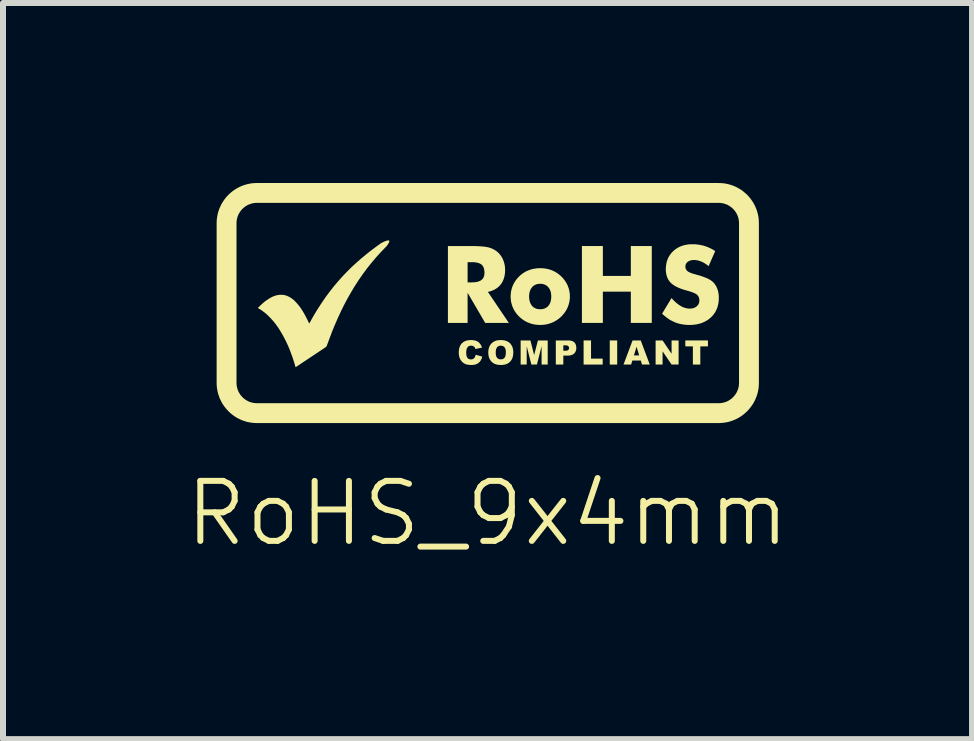
<source format=kicad_pcb>
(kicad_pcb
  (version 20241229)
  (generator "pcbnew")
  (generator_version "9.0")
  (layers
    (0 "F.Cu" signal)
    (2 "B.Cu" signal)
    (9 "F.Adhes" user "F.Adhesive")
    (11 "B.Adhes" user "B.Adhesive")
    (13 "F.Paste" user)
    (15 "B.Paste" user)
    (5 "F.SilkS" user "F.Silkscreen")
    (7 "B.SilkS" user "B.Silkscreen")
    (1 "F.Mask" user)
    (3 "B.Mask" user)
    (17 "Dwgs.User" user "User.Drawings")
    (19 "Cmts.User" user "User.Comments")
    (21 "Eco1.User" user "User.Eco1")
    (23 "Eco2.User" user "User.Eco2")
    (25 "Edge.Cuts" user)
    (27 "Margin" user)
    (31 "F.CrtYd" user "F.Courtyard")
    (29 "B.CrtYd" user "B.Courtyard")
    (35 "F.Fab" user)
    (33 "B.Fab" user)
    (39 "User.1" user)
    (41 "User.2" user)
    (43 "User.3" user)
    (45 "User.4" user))
  (footprint "RoHS_9x4mm"
    (layer "F.Cu")
    (at 5.074 6.006)
    (property "Reference" "RoHS_9x4mm" (at 0 -0.5 0) (unlocked yes) (layer "F.SilkS") (effects (font (size 1 1) (thickness 0.1))))
    (attr smd)
    (fp_poly (pts (xy 2.161 -2.981) (xy 2.037 -2.981) (xy 2.037 -3.383) (xy 2.161 -3.383)) (stroke (width 0) (type solid)) (fill yes) (layer "F.SilkS"))
    (fp_poly (pts (xy 1.725 -3.08) (xy 1.919 -3.08) (xy 1.919 -2.981) (xy 1.601 -2.981) (xy 1.601 -3.383) (xy 1.725 -3.383)) (stroke (width 0) (type solid)) (fill yes) (layer "F.SilkS"))
    (fp_poly (pts (xy 3.673 -3.284) (xy 3.546 -3.284) (xy 3.546 -2.981) (xy 3.422 -2.981) (xy 3.422 -3.284) (xy 3.296 -3.284) (xy 3.296 -3.383) (xy 3.673 -3.383)) (stroke (width 0) (type solid)) (fill yes) (layer "F.SilkS"))
    (fp_poly (pts (xy 3.067 -3.161) (xy 3.067 -3.383) (xy 3.184 -3.383) (xy 3.184 -2.981) (xy 3.067 -2.981) (xy 2.917 -3.202) (xy 2.917 -2.981) (xy 2.801 -2.981) (xy 2.801 -3.383) (xy 2.917 -3.383)) (stroke (width 0) (type solid)) (fill yes) (layer "F.SilkS"))
    (fp_poly (pts (xy 1.922 -4.458) (xy 2.388 -4.458) (xy 2.388 -4.956) (xy 2.737 -4.956) (xy 2.737 -3.675) (xy 2.388 -3.675) (xy 2.388 -4.196) (xy 1.922 -4.196) (xy 1.922 -3.675) (xy 1.573 -3.675) (xy 1.573 -4.956) (xy 1.922 -4.956)) (stroke (width 0) (type solid)) (fill yes) (layer "F.SilkS"))
    (fp_poly (pts (xy 0.777 -3.139) (xy 0.84 -3.383) (xy 1.003 -3.383) (xy 1.003 -2.981) (xy 0.901 -2.981) (xy 0.901 -3.287) (xy 0.823 -2.981) (xy 0.731 -2.981) (xy 0.653 -3.287) (xy 0.653 -2.981) (xy 0.552 -2.981) (xy 0.552 -3.383) (xy 0.715 -3.383)) (stroke (width 0) (type solid)) (fill yes) (layer "F.SilkS"))
    (fp_poly (pts (xy 2.704 -2.981) (xy 2.574 -2.981) (xy 2.554 -3.048) (xy 2.413 -3.048) (xy 2.393 -2.981) (xy 2.266 -2.981) (xy 2.324 -3.134) (xy 2.44 -3.134) (xy 2.527 -3.134) (xy 2.484 -3.279) (xy 2.44 -3.134) (xy 2.324 -3.134) (xy 2.417 -3.383) (xy 2.553 -3.383)) (stroke (width 0) (type solid)) (fill yes) (layer "F.SilkS"))
    (fp_poly (pts (xy 1.353 -3.383) (xy 1.361 -3.382) (xy 1.369 -3.382) (xy 1.376 -3.381) (xy 1.383 -3.38) (xy 1.39 -3.378) (xy 1.397 -3.377) (xy 1.403 -3.375) (xy 1.41 -3.373) (xy 1.416 -3.37) (xy 1.421 -3.368) (xy 1.427 -3.365) (xy 1.432 -3.362) (xy 1.437 -3.358) (xy 1.441 -3.355) (xy 1.446 -3.351) (xy 1.45 -3.347) (xy 1.453 -3.342) (xy 1.457 -3.338) (xy 1.46 -3.333) (xy 1.463 -3.328) (xy 1.466 -3.323) (xy 1.468 -3.318) (xy 1.471 -3.312) (xy 1.473 -3.306) (xy 1.474 -3.3) (xy 1.476 -3.294) (xy 1.477 -3.287) (xy 1.478 -3.281) (xy 1.479 -3.274) (xy 1.479 -3.267) (xy 1.479 -3.259) (xy 1.479 -3.252) (xy 1.479 -3.245) (xy 1.478 -3.238) (xy 1.477 -3.231) (xy 1.476 -3.224) (xy 1.474 -3.218) (xy 1.472 -3.211) (xy 1.47 -3.205) (xy 1.467 -3.199) (xy 1.465 -3.194) (xy 1.462 -3.188) (xy 1.458 -3.183) (xy 1.455 -3.178) (xy 1.451 -3.173) (xy 1.447 -3.169) (xy 1.442 -3.164) (xy 1.438 -3.16) (xy 1.433 -3.156) (xy 1.427 -3.153) (xy 1.422 -3.149) (xy 1.416 -3.146) (xy 1.41 -3.143) (xy 1.403 -3.141) (xy 1.396 -3.139) (xy 1.389 -3.137) (xy 1.382 -3.135) (xy 1.374 -3.133) (xy 1.366 -3.132) (xy 1.358 -3.131) (xy 1.349 -3.131) (xy 1.34 -3.13) (xy 1.331 -3.13) (xy 1.263 -3.13) (xy 1.263 -2.981) (xy 1.138 -2.981) (xy 1.138 -3.211) (xy 1.263 -3.211) (xy 1.293 -3.211) (xy 1.298 -3.211) (xy 1.302 -3.211) (xy 1.306 -3.212) (xy 1.31 -3.212) (xy 1.314 -3.213) (xy 1.317 -3.213) (xy 1.321 -3.214) (xy 1.324 -3.214) (xy 1.327 -3.215) (xy 1.33 -3.216) (xy 1.333 -3.217) (xy 1.335 -3.218) (xy 1.338 -3.22) (xy 1.34 -3.221) (xy 1.342 -3.222) (xy 1.344 -3.224) (xy 1.346 -3.225) (xy 1.347 -3.227) (xy 1.349 -3.229) (xy 1.35 -3.23) (xy 1.352 -3.232) (xy 1.353 -3.234) (xy 1.354 -3.236) (xy 1.355 -3.238) (xy 1.356 -3.24) (xy 1.357 -3.242) (xy 1.357 -3.244) (xy 1.358 -3.246) (xy 1.358 -3.249) (xy 1.358 -3.251) (xy 1.359 -3.253) (xy 1.359 -3.256) (xy 1.359 -3.258) (xy 1.358 -3.26) (xy 1.358 -3.263) (xy 1.358 -3.265) (xy 1.357 -3.267) (xy 1.357 -3.269) (xy 1.356 -3.271) (xy 1.355 -3.273) (xy 1.355 -3.275) (xy 1.354 -3.277) (xy 1.353 -3.279) (xy 1.351 -3.281) (xy 1.35 -3.283) (xy 1.349 -3.284) (xy 1.347 -3.286) (xy 1.346 -3.288) (xy 1.345 -3.289) (xy 1.344 -3.289) (xy 1.342 -3.291) (xy 1.34 -3.292) (xy 1.338 -3.294) (xy 1.336 -3.295) (xy 1.333 -3.296) (xy 1.331 -3.297) (xy 1.328 -3.298) (xy 1.325 -3.298) (xy 1.321 -3.299) (xy 1.318 -3.3) (xy 1.314 -3.3) (xy 1.311 -3.3) (xy 1.307 -3.301) (xy 1.302 -3.301) (xy 1.298 -3.301) (xy 1.263 -3.301) (xy 1.263 -3.211) (xy 1.138 -3.211) (xy 1.138 -3.383) (xy 1.345 -3.383)) (stroke (width 0) (type solid)) (fill yes) (layer "F.SilkS"))
    (fp_poly (pts (xy -0.243 -4.956) (xy -0.196 -4.955) (xy -0.152 -4.953) (xy -0.113 -4.951) (xy -0.078 -4.948) (xy -0.047 -4.945) (xy -0.019 -4.941) (xy 0.004 -4.936) (xy 0.014 -4.934) (xy 0.024 -4.931) (xy 0.035 -4.928) (xy 0.044 -4.925) (xy 0.054 -4.921) (xy 0.064 -4.918) (xy 0.073 -4.914) (xy 0.082 -4.91) (xy 0.091 -4.906) (xy 0.1 -4.901) (xy 0.109 -4.896) (xy 0.117 -4.892) (xy 0.126 -4.887) (xy 0.134 -4.881) (xy 0.142 -4.876) (xy 0.149 -4.87) (xy 0.158 -4.864) (xy 0.166 -4.857) (xy 0.174 -4.85) (xy 0.182 -4.842) (xy 0.189 -4.835) (xy 0.197 -4.827) (xy 0.204 -4.819) (xy 0.21 -4.81) (xy 0.217 -4.802) (xy 0.223 -4.793) (xy 0.229 -4.784) (xy 0.235 -4.775) (xy 0.241 -4.766) (xy 0.246 -4.756) (xy 0.251 -4.746) (xy 0.256 -4.736) (xy 0.26 -4.726) (xy 0.264 -4.716) (xy 0.268 -4.705) (xy 0.272 -4.695) (xy 0.275 -4.684) (xy 0.278 -4.673) (xy 0.281 -4.662) (xy 0.283 -4.651) (xy 0.286 -4.64) (xy 0.288 -4.628) (xy 0.289 -4.617) (xy 0.29 -4.605) (xy 0.291 -4.593) (xy 0.292 -4.581) (xy 0.293 -4.569) (xy 0.293 -4.557) (xy 0.292 -4.539) (xy 0.292 -4.521) (xy 0.29 -4.503) (xy 0.288 -4.486) (xy 0.286 -4.47) (xy 0.282 -4.453) (xy 0.279 -4.438) (xy 0.274 -4.422) (xy 0.269 -4.407) (xy 0.264 -4.393) (xy 0.258 -4.379) (xy 0.251 -4.365) (xy 0.244 -4.352) (xy 0.237 -4.339) (xy 0.228 -4.327) (xy 0.219 -4.315) (xy 0.21 -4.304) (xy 0.2 -4.293) (xy 0.19 -4.283) (xy 0.179 -4.273) (xy 0.167 -4.263) (xy 0.155 -4.254) (xy 0.143 -4.246) (xy 0.129 -4.238) (xy 0.116 -4.23) (xy 0.102 -4.223) (xy 0.087 -4.217) (xy 0.072 -4.211) (xy 0.056 -4.205) (xy 0.04 -4.2) (xy 0.023 -4.196) (xy 0.006 -4.192) (xy 0.355 -3.675) (xy -0.039 -3.675) (xy -0.332 -4.177) (xy -0.332 -3.675) (xy -0.66 -3.675) (xy -0.66 -4.687) (xy -0.332 -4.687) (xy -0.332 -4.35) (xy -0.268 -4.35) (xy -0.254 -4.351) (xy -0.241 -4.351) (xy -0.228 -4.352) (xy -0.215 -4.353) (xy -0.203 -4.354) (xy -0.192 -4.356) (xy -0.181 -4.358) (xy -0.17 -4.36) (xy -0.16 -4.363) (xy -0.151 -4.366) (xy -0.142 -4.369) (xy -0.133 -4.372) (xy -0.125 -4.376) (xy -0.117 -4.38) (xy -0.11 -4.384) (xy -0.103 -4.389) (xy -0.097 -4.394) (xy -0.094 -4.397) (xy -0.091 -4.399) (xy -0.088 -4.402) (xy -0.085 -4.405) (xy -0.083 -4.408) (xy -0.08 -4.411) (xy -0.078 -4.414) (xy -0.076 -4.417) (xy -0.072 -4.424) (xy -0.068 -4.431) (xy -0.064 -4.438) (xy -0.061 -4.446) (xy -0.059 -4.454) (xy -0.056 -4.463) (xy -0.054 -4.471) (xy -0.053 -4.48) (xy -0.052 -4.49) (xy -0.051 -4.499) (xy -0.051 -4.51) (xy -0.051 -4.521) (xy -0.052 -4.533) (xy -0.053 -4.544) (xy -0.054 -4.554) (xy -0.056 -4.564) (xy -0.058 -4.574) (xy -0.06 -4.583) (xy -0.063 -4.592) (xy -0.067 -4.6) (xy -0.07 -4.608) (xy -0.074 -4.616) (xy -0.078 -4.623) (xy -0.083 -4.629) (xy -0.088 -4.636) (xy -0.094 -4.641) (xy -0.1 -4.647) (xy -0.106 -4.652) (xy -0.113 -4.656) (xy -0.12 -4.66) (xy -0.128 -4.664) (xy -0.136 -4.668) (xy -0.145 -4.671) (xy -0.155 -4.674) (xy -0.165 -4.677) (xy -0.175 -4.679) (xy -0.186 -4.682) (xy -0.197 -4.683) (xy -0.209 -4.685) (xy -0.222 -4.686) (xy -0.235 -4.687) (xy -0.249 -4.687) (xy -0.263 -4.687) (xy -0.332 -4.687) (xy -0.66 -4.687) (xy -0.66 -4.956) (xy -0.295 -4.956)) (stroke (width 0) (type solid)) (fill yes) (layer "F.SilkS"))
    (fp_poly (pts (xy -1.65 -5.05) (xy -1.646 -5.049) (xy -1.643 -5.048) (xy -1.64 -5.046) (xy -1.638 -5.043) (xy -1.637 -5.041) (xy -1.637 -5.037) (xy -1.637 -5.033) (xy -1.637 -5.029) (xy -1.639 -5.024) (xy -1.64 -5.019) (xy -1.643 -5.014) (xy -1.645 -5.009) (xy -1.652 -4.997) (xy -1.66 -4.984) (xy -1.669 -4.971) (xy -1.679 -4.957) (xy -1.767 -4.866) (xy -1.851 -4.774) (xy -1.931 -4.68) (xy -2.007 -4.585) (xy -2.079 -4.487) (xy -2.148 -4.388) (xy -2.213 -4.287) (xy -2.275 -4.184) (xy -2.334 -4.08) (xy -2.391 -3.973) (xy -2.444 -3.865) (xy -2.495 -3.755) (xy -2.544 -3.642) (xy -2.591 -3.528) (xy -2.679 -3.293) (xy -2.681 -3.29) (xy -2.682 -3.288) (xy -2.683 -3.285) (xy -2.684 -3.284) (xy -2.684 -3.282) (xy -2.685 -3.281) (xy -2.686 -3.279) (xy -2.687 -3.278) (xy -2.688 -3.277) (xy -2.69 -3.276) (xy -2.691 -3.275) (xy -2.693 -3.274) (xy -2.701 -3.268) (xy -3.195 -2.939) (xy -3.196 -2.938) (xy -3.197 -2.938) (xy -3.197 -2.938) (xy -3.198 -2.937) (xy -3.198 -2.937) (xy -3.198 -2.937) (xy -3.198 -2.937) (xy -3.198 -2.937) (xy -3.198 -2.937) (xy -3.199 -2.937) (xy -3.199 -2.937) (xy -3.199 -2.937) (xy -3.199 -2.937) (xy -3.199 -2.937) (xy -3.199 -2.937) (xy -3.199 -2.938) (xy -3.199 -2.938) (xy -3.199 -2.938) (xy -3.199 -2.938) (xy -3.2 -2.939) (xy -3.2 -2.939) (xy -3.2 -2.941) (xy -3.222 -3.016) (xy -3.246 -3.092) (xy -3.273 -3.166) (xy -3.301 -3.24) (xy -3.332 -3.312) (xy -3.366 -3.383) (xy -3.401 -3.451) (xy -3.439 -3.517) (xy -3.478 -3.581) (xy -3.52 -3.641) (xy -3.564 -3.698) (xy -3.611 -3.75) (xy -3.659 -3.799) (xy -3.684 -3.822) (xy -3.709 -3.843) (xy -3.735 -3.863) (xy -3.761 -3.882) (xy -3.788 -3.9) (xy -3.815 -3.916) (xy -3.819 -3.918) (xy -3.82 -3.919) (xy -3.822 -3.92) (xy -3.822 -3.921) (xy -3.823 -3.921) (xy -3.823 -3.922) (xy -3.824 -3.922) (xy -3.824 -3.922) (xy -3.824 -3.923) (xy -3.824 -3.923) (xy -3.825 -3.923) (xy -3.825 -3.924) (xy -3.825 -3.924) (xy -3.825 -3.925) (xy -3.825 -3.925) (xy -3.824 -3.926) (xy -3.824 -3.926) (xy -3.824 -3.927) (xy -3.824 -3.927) (xy -3.823 -3.928) (xy -3.823 -3.929) (xy -3.822 -3.929) (xy -3.822 -3.93) (xy -3.82 -3.932) (xy -3.818 -3.933) (xy -3.789 -3.962) (xy -3.76 -3.989) (xy -3.732 -4.014) (xy -3.704 -4.037) (xy -3.675 -4.057) (xy -3.647 -4.076) (xy -3.62 -4.092) (xy -3.592 -4.107) (xy -3.565 -4.119) (xy -3.538 -4.129) (xy -3.511 -4.136) (xy -3.484 -4.141) (xy -3.457 -4.144) (xy -3.431 -4.144) (xy -3.404 -4.142) (xy -3.378 -4.137) (xy -3.352 -4.13) (xy -3.326 -4.119) (xy -3.3 -4.107) (xy -3.275 -4.091) (xy -3.249 -4.073) (xy -3.224 -4.052) (xy -3.199 -4.027) (xy -3.174 -4) (xy -3.149 -3.97) (xy -3.124 -3.938) (xy -3.099 -3.901) (xy -3.074 -3.862) (xy -3.05 -3.82) (xy -3.025 -3.774) (xy -3.001 -3.726) (xy -2.976 -3.674) (xy -2.976 -3.674) (xy -2.975 -3.672) (xy -2.975 -3.671) (xy -2.974 -3.67) (xy -2.974 -3.67) (xy -2.974 -3.669) (xy -2.973 -3.669) (xy -2.973 -3.669) (xy -2.973 -3.668) (xy -2.972 -3.668) (xy -2.972 -3.668) (xy -2.972 -3.668) (xy -2.971 -3.668) (xy -2.971 -3.667) (xy -2.971 -3.667) (xy -2.971 -3.668) (xy -2.97 -3.668) (xy -2.97 -3.668) (xy -2.97 -3.668) (xy -2.969 -3.668) (xy -2.969 -3.669) (xy -2.969 -3.669) (xy -2.968 -3.669) (xy -2.968 -3.67) (xy -2.968 -3.67) (xy -2.967 -3.671) (xy -2.966 -3.673) (xy -2.965 -3.674) (xy -2.902 -3.788) (xy -2.837 -3.896) (xy -2.77 -3.999) (xy -2.703 -4.098) (xy -2.633 -4.192) (xy -2.563 -4.282) (xy -2.49 -4.368) (xy -2.417 -4.45) (xy -2.341 -4.529) (xy -2.265 -4.605) (xy -2.187 -4.677) (xy -2.107 -4.747) (xy -2.026 -4.814) (xy -1.943 -4.88) (xy -1.859 -4.943) (xy -1.774 -5.004) (xy -1.742 -5.02) (xy -1.728 -5.027) (xy -1.716 -5.032) (xy -1.704 -5.037) (xy -1.693 -5.041) (xy -1.684 -5.044) (xy -1.675 -5.047) (xy -1.667 -5.049) (xy -1.661 -5.05) (xy -1.655 -5.05)) (stroke (width 0) (type solid)) (fill yes) (layer "F.SilkS"))
    (fp_poly (pts (xy 3.886 -6.005) (xy 3.919 -6.003) (xy 3.952 -5.999) (xy 3.984 -5.993) (xy 4.016 -5.986) (xy 4.047 -5.977) (xy 4.078 -5.967) (xy 4.109 -5.955) (xy 4.139 -5.942) (xy 4.168 -5.927) (xy 4.196 -5.911) (xy 4.224 -5.894) (xy 4.251 -5.875) (xy 4.276 -5.854) (xy 4.302 -5.833) (xy 4.326 -5.81) (xy 4.349 -5.786) (xy 4.37 -5.761) (xy 4.39 -5.735) (xy 4.409 -5.708) (xy 4.427 -5.68) (xy 4.443 -5.652) (xy 4.458 -5.623) (xy 4.471 -5.593) (xy 4.483 -5.563) (xy 4.493 -5.532) (xy 4.502 -5.5) (xy 4.509 -5.468) (xy 4.515 -5.436) (xy 4.519 -5.403) (xy 4.521 -5.37) (xy 4.522 -5.337) (xy 4.522 -2.675) (xy 4.521 -2.642) (xy 4.519 -2.609) (xy 4.515 -2.576) (xy 4.509 -2.544) (xy 4.502 -2.512) (xy 4.493 -2.481) (xy 4.483 -2.45) (xy 4.471 -2.419) (xy 4.458 -2.39) (xy 4.443 -2.361) (xy 4.427 -2.332) (xy 4.409 -2.305) (xy 4.39 -2.278) (xy 4.37 -2.252) (xy 4.349 -2.227) (xy 4.326 -2.203) (xy 4.302 -2.18) (xy 4.276 -2.158) (xy 4.251 -2.138) (xy 4.224 -2.119) (xy 4.196 -2.101) (xy 4.168 -2.085) (xy 4.139 -2.071) (xy 4.109 -2.057) (xy 4.078 -2.046) (xy 4.047 -2.035) (xy 4.016 -2.026) (xy 3.984 -2.019) (xy 3.952 -2.014) (xy 3.919 -2.01) (xy 3.886 -2.007) (xy 3.853 -2.006) (xy -3.845 -2.006) (xy -3.878 -2.007) (xy -3.911 -2.01) (xy -3.944 -2.014) (xy -3.976 -2.019) (xy -4.008 -2.026) (xy -4.039 -2.035) (xy -4.07 -2.046) (xy -4.101 -2.057) (xy -4.13 -2.071) (xy -4.159 -2.085) (xy -4.188 -2.101) (xy -4.215 -2.119) (xy -4.242 -2.138) (xy -4.268 -2.158) (xy -4.293 -2.18) (xy -4.317 -2.203) (xy -4.34 -2.227) (xy -4.362 -2.252) (xy -4.382 -2.278) (xy -4.401 -2.305) (xy -4.419 -2.332) (xy -4.435 -2.361) (xy -4.449 -2.39) (xy -4.463 -2.419) (xy -4.474 -2.45) (xy -4.485 -2.481) (xy -4.494 -2.512) (xy -4.501 -2.544) (xy -4.506 -2.576) (xy -4.511 -2.609) (xy -4.513 -2.642) (xy -4.514 -2.675) (xy -4.514 -5.337) (xy -4.514 -5.337) (xy -4.183 -5.337) (xy -4.183 -2.675) (xy -4.182 -2.659) (xy -4.181 -2.642) (xy -4.179 -2.625) (xy -4.176 -2.609) (xy -4.172 -2.593) (xy -4.168 -2.577) (xy -4.163 -2.562) (xy -4.157 -2.546) (xy -4.15 -2.531) (xy -4.143 -2.517) (xy -4.134 -2.502) (xy -4.126 -2.488) (xy -4.116 -2.475) (xy -4.106 -2.462) (xy -4.095 -2.449) (xy -4.083 -2.437) (xy -4.071 -2.425) (xy -4.058 -2.414) (xy -4.045 -2.404) (xy -4.032 -2.395) (xy -4.018 -2.386) (xy -4.004 -2.378) (xy -3.989 -2.37) (xy -3.974 -2.363) (xy -3.958 -2.357) (xy -3.943 -2.352) (xy -3.927 -2.348) (xy -3.911 -2.344) (xy -3.895 -2.341) (xy -3.878 -2.339) (xy -3.861 -2.338) (xy -3.845 -2.337) (xy 3.853 -2.337) (xy 3.87 -2.338) (xy 3.886 -2.339) (xy 3.903 -2.341) (xy 3.919 -2.344) (xy 3.935 -2.348) (xy 3.951 -2.352) (xy 3.967 -2.357) (xy 3.982 -2.363) (xy 3.997 -2.37) (xy 4.012 -2.377) (xy 4.026 -2.386) (xy 4.04 -2.395) (xy 4.054 -2.404) (xy 4.067 -2.414) (xy 4.079 -2.425) (xy 4.091 -2.437) (xy 4.103 -2.449) (xy 4.114 -2.462) (xy 4.124 -2.475) (xy 4.134 -2.488) (xy 4.143 -2.502) (xy 4.151 -2.517) (xy 4.158 -2.531) (xy 4.165 -2.546) (xy 4.171 -2.562) (xy 4.176 -2.577) (xy 4.181 -2.593) (xy 4.184 -2.609) (xy 4.187 -2.625) (xy 4.189 -2.642) (xy 4.19 -2.659) (xy 4.191 -2.675) (xy 4.191 -5.337) (xy 4.19 -5.354) (xy 4.189 -5.371) (xy 4.187 -5.387) (xy 4.184 -5.403) (xy 4.181 -5.42) (xy 4.176 -5.435) (xy 4.171 -5.451) (xy 4.165 -5.466) (xy 4.158 -5.481) (xy 4.151 -5.496) (xy 4.143 -5.51) (xy 4.134 -5.524) (xy 4.124 -5.538) (xy 4.114 -5.551) (xy 4.103 -5.564) (xy 4.091 -5.576) (xy 4.079 -5.587) (xy 4.067 -5.598) (xy 4.054 -5.608) (xy 4.04 -5.618) (xy 4.026 -5.627) (xy 4.012 -5.635) (xy 3.997 -5.643) (xy 3.982 -5.649) (xy 3.967 -5.655) (xy 3.951 -5.66) (xy 3.935 -5.665) (xy 3.919 -5.669) (xy 3.903 -5.671) (xy 3.886 -5.674) (xy 3.87 -5.675) (xy 3.853 -5.675) (xy -3.845 -5.675) (xy -3.861 -5.675) (xy -3.878 -5.674) (xy -3.895 -5.671) (xy -3.911 -5.669) (xy -3.927 -5.665) (xy -3.943 -5.66) (xy -3.958 -5.655) (xy -3.974 -5.649) (xy -3.989 -5.643) (xy -4.004 -5.635) (xy -4.018 -5.627) (xy -4.032 -5.618) (xy -4.045 -5.609) (xy -4.058 -5.598) (xy -4.071 -5.587) (xy -4.083 -5.576) (xy -4.095 -5.564) (xy -4.106 -5.551) (xy -4.116 -5.538) (xy -4.126 -5.524) (xy -4.134 -5.51) (xy -4.143 -5.496) (xy -4.15 -5.481) (xy -4.157 -5.466) (xy -4.163 -5.451) (xy -4.168 -5.435) (xy -4.172 -5.42) (xy -4.176 -5.403) (xy -4.179 -5.387) (xy -4.181 -5.371) (xy -4.182 -5.354) (xy -4.183 -5.337) (xy -4.514 -5.337) (xy -4.513 -5.37) (xy -4.511 -5.403) (xy -4.506 -5.436) (xy -4.501 -5.468) (xy -4.494 -5.5) (xy -4.485 -5.532) (xy -4.474 -5.563) (xy -4.463 -5.593) (xy -4.449 -5.623) (xy -4.435 -5.652) (xy -4.419 -5.68) (xy -4.401 -5.708) (xy -4.382 -5.735) (xy -4.362 -5.761) (xy -4.34 -5.786) (xy -4.317 -5.81) (xy -4.293 -5.833) (xy -4.268 -5.854) (xy -4.242 -5.875) (xy -4.215 -5.894) (xy -4.188 -5.911) (xy -4.159 -5.927) (xy -4.13 -5.942) (xy -4.101 -5.955) (xy -4.07 -5.967) (xy -4.039 -5.977) (xy -4.008 -5.986) (xy -3.976 -5.993) (xy -3.944 -5.999) (xy -3.911 -6.003) (xy -3.878 -6.005) (xy -3.845 -6.006) (xy 3.853 -6.006)) (stroke (width 0) (type solid)) (fill yes) (layer "F.SilkS"))
    (fp_poly (pts (xy 0.233 -3.389) (xy 0.245 -3.388) (xy 0.256 -3.387) (xy 0.268 -3.386) (xy 0.278 -3.384) (xy 0.289 -3.382) (xy 0.299 -3.379) (xy 0.309 -3.376) (xy 0.318 -3.372) (xy 0.328 -3.368) (xy 0.336 -3.364) (xy 0.345 -3.359) (xy 0.353 -3.354) (xy 0.36 -3.348) (xy 0.368 -3.342) (xy 0.375 -3.336) (xy 0.381 -3.329) (xy 0.387 -3.321) (xy 0.393 -3.314) (xy 0.398 -3.306) (xy 0.403 -3.298) (xy 0.408 -3.289) (xy 0.412 -3.28) (xy 0.415 -3.271) (xy 0.419 -3.261) (xy 0.421 -3.251) (xy 0.424 -3.241) (xy 0.426 -3.231) (xy 0.427 -3.22) (xy 0.428 -3.208) (xy 0.429 -3.197) (xy 0.429 -3.185) (xy 0.429 -3.176) (xy 0.429 -3.168) (xy 0.428 -3.159) (xy 0.427 -3.151) (xy 0.427 -3.143) (xy 0.426 -3.136) (xy 0.424 -3.128) (xy 0.423 -3.121) (xy 0.421 -3.114) (xy 0.42 -3.107) (xy 0.418 -3.1) (xy 0.416 -3.094) (xy 0.413 -3.087) (xy 0.411 -3.081) (xy 0.408 -3.075) (xy 0.405 -3.069) (xy 0.402 -3.064) (xy 0.399 -3.059) (xy 0.396 -3.053) (xy 0.392 -3.048) (xy 0.388 -3.043) (xy 0.385 -3.039) (xy 0.381 -3.034) (xy 0.376 -3.029) (xy 0.372 -3.025) (xy 0.367 -3.021) (xy 0.363 -3.017) (xy 0.358 -3.013) (xy 0.353 -3.009) (xy 0.348 -3.006) (xy 0.342 -3.003) (xy 0.337 -2.999) (xy 0.331 -2.996) (xy 0.325 -2.993) (xy 0.319 -2.991) (xy 0.313 -2.988) (xy 0.307 -2.986) (xy 0.3 -2.984) (xy 0.293 -2.982) (xy 0.286 -2.981) (xy 0.279 -2.979) (xy 0.272 -2.978) (xy 0.265 -2.977) (xy 0.257 -2.976) (xy 0.249 -2.975) (xy 0.242 -2.975) (xy 0.233 -2.974) (xy 0.225 -2.974) (xy 0.217 -2.974) (xy 0.209 -2.975) (xy 0.201 -2.975) (xy 0.193 -2.976) (xy 0.185 -2.976) (xy 0.178 -2.977) (xy 0.17 -2.978) (xy 0.163 -2.98) (xy 0.156 -2.981) (xy 0.149 -2.983) (xy 0.143 -2.985) (xy 0.136 -2.987) (xy 0.13 -2.989) (xy 0.124 -2.991) (xy 0.118 -2.993) (xy 0.113 -2.996) (xy 0.107 -2.999) (xy 0.102 -3.002) (xy 0.097 -3.005) (xy 0.092 -3.008) (xy 0.087 -3.012) (xy 0.082 -3.016) (xy 0.077 -3.02) (xy 0.072 -3.024) (xy 0.068 -3.028) (xy 0.064 -3.033) (xy 0.059 -3.038) (xy 0.055 -3.043) (xy 0.052 -3.048) (xy 0.048 -3.053) (xy 0.044 -3.059) (xy 0.041 -3.065) (xy 0.037 -3.07) (xy 0.034 -3.077) (xy 0.031 -3.083) (xy 0.028 -3.089) (xy 0.026 -3.096) (xy 0.024 -3.103) (xy 0.022 -3.11) (xy 0.02 -3.117) (xy 0.018 -3.125) (xy 0.017 -3.132) (xy 0.016 -3.14) (xy 0.015 -3.148) (xy 0.014 -3.156) (xy 0.013 -3.164) (xy 0.013 -3.173) (xy 0.013 -3.182) (xy 0.013 -3.182) (xy 0.013 -3.182) (xy 0.137 -3.182) (xy 0.137 -3.182) (xy 0.137 -3.174) (xy 0.137 -3.167) (xy 0.138 -3.16) (xy 0.138 -3.153) (xy 0.139 -3.147) (xy 0.14 -3.141) (xy 0.141 -3.135) (xy 0.142 -3.129) (xy 0.144 -3.124) (xy 0.146 -3.119) (xy 0.147 -3.114) (xy 0.15 -3.11) (xy 0.152 -3.105) (xy 0.154 -3.101) (xy 0.157 -3.098) (xy 0.159 -3.094) (xy 0.162 -3.091) (xy 0.165 -3.088) (xy 0.168 -3.085) (xy 0.172 -3.083) (xy 0.175 -3.08) (xy 0.179 -3.078) (xy 0.182 -3.076) (xy 0.186 -3.074) (xy 0.19 -3.073) (xy 0.194 -3.071) (xy 0.198 -3.07) (xy 0.203 -3.069) (xy 0.207 -3.069) (xy 0.212 -3.068) (xy 0.216 -3.068) (xy 0.221 -3.068) (xy 0.226 -3.068) (xy 0.231 -3.068) (xy 0.235 -3.069) (xy 0.24 -3.069) (xy 0.244 -3.07) (xy 0.249 -3.071) (xy 0.253 -3.073) (xy 0.257 -3.074) (xy 0.26 -3.076) (xy 0.264 -3.078) (xy 0.268 -3.08) (xy 0.271 -3.082) (xy 0.274 -3.085) (xy 0.277 -3.088) (xy 0.28 -3.091) (xy 0.283 -3.094) (xy 0.286 -3.097) (xy 0.288 -3.101) (xy 0.291 -3.105) (xy 0.293 -3.109) (xy 0.295 -3.114) (xy 0.296 -3.119) (xy 0.298 -3.124) (xy 0.3 -3.13) (xy 0.301 -3.136) (xy 0.302 -3.142) (xy 0.303 -3.149) (xy 0.304 -3.156) (xy 0.304 -3.163) (xy 0.305 -3.171) (xy 0.305 -3.179) (xy 0.305 -3.187) (xy 0.305 -3.194) (xy 0.305 -3.201) (xy 0.304 -3.207) (xy 0.304 -3.214) (xy 0.303 -3.22) (xy 0.302 -3.225) (xy 0.301 -3.231) (xy 0.299 -3.236) (xy 0.298 -3.241) (xy 0.296 -3.246) (xy 0.294 -3.251) (xy 0.292 -3.255) (xy 0.29 -3.259) (xy 0.288 -3.263) (xy 0.285 -3.266) (xy 0.282 -3.27) (xy 0.279 -3.273) (xy 0.276 -3.276) (xy 0.273 -3.279) (xy 0.27 -3.281) (xy 0.266 -3.284) (xy 0.263 -3.286) (xy 0.259 -3.288) (xy 0.255 -3.289) (xy 0.251 -3.291) (xy 0.247 -3.292) (xy 0.243 -3.293) (xy 0.239 -3.294) (xy 0.234 -3.295) (xy 0.23 -3.296) (xy 0.225 -3.296) (xy 0.22 -3.296) (xy 0.215 -3.296) (xy 0.211 -3.296) (xy 0.206 -3.295) (xy 0.202 -3.294) (xy 0.198 -3.293) (xy 0.194 -3.292) (xy 0.19 -3.291) (xy 0.186 -3.289) (xy 0.182 -3.288) (xy 0.179 -3.286) (xy 0.175 -3.283) (xy 0.172 -3.281) (xy 0.169 -3.278) (xy 0.166 -3.276) (xy 0.163 -3.273) (xy 0.16 -3.269) (xy 0.157 -3.266) (xy 0.154 -3.262) (xy 0.152 -3.258) (xy 0.15 -3.254) (xy 0.148 -3.249) (xy 0.146 -3.245) (xy 0.144 -3.24) (xy 0.142 -3.234) (xy 0.141 -3.229) (xy 0.14 -3.223) (xy 0.139 -3.217) (xy 0.138 -3.21) (xy 0.138 -3.203) (xy 0.137 -3.196) (xy 0.137 -3.189) (xy 0.137 -3.182) (xy 0.013 -3.182) (xy 0.013 -3.194) (xy 0.014 -3.205) (xy 0.015 -3.217) (xy 0.016 -3.228) (xy 0.018 -3.239) (xy 0.021 -3.249) (xy 0.023 -3.259) (xy 0.027 -3.269) (xy 0.03 -3.278) (xy 0.034 -3.287) (xy 0.039 -3.296) (xy 0.044 -3.304) (xy 0.049 -3.312) (xy 0.055 -3.32) (xy 0.061 -3.328) (xy 0.068 -3.334) (xy 0.075 -3.341) (xy 0.082 -3.347) (xy 0.09 -3.353) (xy 0.098 -3.359) (xy 0.106 -3.363) (xy 0.115 -3.368) (xy 0.124 -3.372) (xy 0.133 -3.376) (xy 0.143 -3.379) (xy 0.153 -3.382) (xy 0.163 -3.384) (xy 0.174 -3.386) (xy 0.185 -3.387) (xy 0.197 -3.388) (xy 0.208 -3.389) (xy 0.22 -3.389)) (stroke (width 0) (type solid)) (fill yes) (layer "F.SilkS"))
    (fp_poly (pts (xy -0.267 -3.389) (xy -0.258 -3.389) (xy -0.249 -3.388) (xy -0.24 -3.387) (xy -0.232 -3.386) (xy -0.224 -3.385) (xy -0.216 -3.383) (xy -0.208 -3.382) (xy -0.201 -3.38) (xy -0.194 -3.377) (xy -0.187 -3.375) (xy -0.18 -3.372) (xy -0.174 -3.369) (xy -0.168 -3.366) (xy -0.162 -3.362) (xy -0.157 -3.359) (xy -0.151 -3.355) (xy -0.146 -3.35) (xy -0.141 -3.346) (xy -0.136 -3.341) (xy -0.132 -3.336) (xy -0.127 -3.331) (xy -0.123 -3.325) (xy -0.119 -3.32) (xy -0.115 -3.314) (xy -0.111 -3.307) (xy -0.108 -3.301) (xy -0.104 -3.294) (xy -0.101 -3.287) (xy -0.098 -3.28) (xy -0.095 -3.272) (xy -0.092 -3.264) (xy -0.201 -3.24) (xy -0.203 -3.245) (xy -0.204 -3.249) (xy -0.206 -3.252) (xy -0.207 -3.256) (xy -0.209 -3.259) (xy -0.21 -3.262) (xy -0.211 -3.263) (xy -0.212 -3.265) (xy -0.213 -3.266) (xy -0.214 -3.267) (xy -0.215 -3.269) (xy -0.216 -3.27) (xy -0.218 -3.272) (xy -0.219 -3.273) (xy -0.221 -3.275) (xy -0.222 -3.276) (xy -0.224 -3.278) (xy -0.225 -3.279) (xy -0.227 -3.281) (xy -0.228 -3.282) (xy -0.23 -3.283) (xy -0.232 -3.284) (xy -0.234 -3.285) (xy -0.235 -3.287) (xy -0.237 -3.288) (xy -0.239 -3.289) (xy -0.241 -3.289) (xy -0.243 -3.29) (xy -0.245 -3.291) (xy -0.247 -3.292) (xy -0.249 -3.293) (xy -0.251 -3.293) (xy -0.253 -3.294) (xy -0.255 -3.294) (xy -0.257 -3.295) (xy -0.259 -3.295) (xy -0.262 -3.296) (xy -0.264 -3.296) (xy -0.266 -3.296) (xy -0.268 -3.296) (xy -0.27 -3.296) (xy -0.273 -3.296) (xy -0.278 -3.296) (xy -0.283 -3.296) (xy -0.288 -3.295) (xy -0.293 -3.294) (xy -0.297 -3.293) (xy -0.302 -3.291) (xy -0.306 -3.29) (xy -0.31 -3.288) (xy -0.314 -3.286) (xy -0.318 -3.283) (xy -0.322 -3.28) (xy -0.325 -3.277) (xy -0.328 -3.274) (xy -0.332 -3.27) (xy -0.335 -3.267) (xy -0.338 -3.262) (xy -0.34 -3.259) (xy -0.342 -3.256) (xy -0.343 -3.252) (xy -0.345 -3.248) (xy -0.347 -3.244) (xy -0.348 -3.24) (xy -0.349 -3.235) (xy -0.35 -3.23) (xy -0.351 -3.225) (xy -0.352 -3.22) (xy -0.353 -3.214) (xy -0.354 -3.209) (xy -0.354 -3.203) (xy -0.354 -3.196) (xy -0.355 -3.19) (xy -0.355 -3.184) (xy -0.355 -3.175) (xy -0.354 -3.168) (xy -0.354 -3.16) (xy -0.353 -3.153) (xy -0.353 -3.146) (xy -0.352 -3.139) (xy -0.351 -3.133) (xy -0.35 -3.127) (xy -0.348 -3.122) (xy -0.347 -3.117) (xy -0.345 -3.112) (xy -0.343 -3.107) (xy -0.341 -3.103) (xy -0.339 -3.099) (xy -0.337 -3.095) (xy -0.334 -3.092) (xy -0.332 -3.089) (xy -0.329 -3.086) (xy -0.326 -3.084) (xy -0.323 -3.081) (xy -0.32 -3.079) (xy -0.317 -3.077) (xy -0.313 -3.075) (xy -0.31 -3.074) (xy -0.306 -3.072) (xy -0.303 -3.071) (xy -0.299 -3.07) (xy -0.295 -3.069) (xy -0.291 -3.068) (xy -0.286 -3.068) (xy -0.282 -3.067) (xy -0.277 -3.067) (xy -0.273 -3.067) (xy -0.269 -3.068) (xy -0.265 -3.068) (xy -0.261 -3.069) (xy -0.257 -3.069) (xy -0.253 -3.07) (xy -0.249 -3.071) (xy -0.246 -3.072) (xy -0.243 -3.074) (xy -0.24 -3.075) (xy -0.237 -3.077) (xy -0.234 -3.079) (xy -0.231 -3.081) (xy -0.228 -3.083) (xy -0.226 -3.085) (xy -0.223 -3.087) (xy -0.221 -3.09) (xy -0.219 -3.093) (xy -0.217 -3.096) (xy -0.215 -3.099) (xy -0.213 -3.102) (xy -0.211 -3.105) (xy -0.209 -3.108) (xy -0.208 -3.112) (xy -0.206 -3.116) (xy -0.205 -3.119) (xy -0.203 -3.123) (xy -0.202 -3.128) (xy -0.2 -3.132) (xy -0.199 -3.136) (xy -0.198 -3.141) (xy -0.197 -3.145) (xy -0.197 -3.145) (xy -0.088 -3.113) (xy -0.09 -3.107) (xy -0.091 -3.101) (xy -0.093 -3.096) (xy -0.094 -3.091) (xy -0.096 -3.086) (xy -0.098 -3.08) (xy -0.1 -3.076) (xy -0.102 -3.071) (xy -0.105 -3.066) (xy -0.107 -3.061) (xy -0.109 -3.057) (xy -0.112 -3.053) (xy -0.114 -3.048) (xy -0.117 -3.044) (xy -0.12 -3.04) (xy -0.123 -3.036) (xy -0.126 -3.032) (xy -0.129 -3.029) (xy -0.132 -3.025) (xy -0.135 -3.022) (xy -0.139 -3.019) (xy -0.142 -3.015) (xy -0.146 -3.012) (xy -0.149 -3.009) (xy -0.153 -3.006) (xy -0.157 -3.004) (xy -0.161 -3.001) (xy -0.164 -2.999) (xy -0.169 -2.996) (xy -0.173 -2.994) (xy -0.177 -2.992) (xy -0.181 -2.99) (xy -0.186 -2.988) (xy -0.19 -2.986) (xy -0.195 -2.985) (xy -0.2 -2.983) (xy -0.205 -2.982) (xy -0.21 -2.98) (xy -0.215 -2.979) (xy -0.221 -2.978) (xy -0.227 -2.977) (xy -0.232 -2.977) (xy -0.238 -2.976) (xy -0.244 -2.975) (xy -0.251 -2.975) (xy -0.257 -2.975) (xy -0.264 -2.974) (xy -0.27 -2.974) (xy -0.286 -2.975) (xy -0.294 -2.975) (xy -0.302 -2.976) (xy -0.309 -2.976) (xy -0.316 -2.977) (xy -0.323 -2.978) (xy -0.33 -2.979) (xy -0.336 -2.98) (xy -0.343 -2.982) (xy -0.349 -2.983) (xy -0.355 -2.985) (xy -0.361 -2.987) (xy -0.367 -2.989) (xy -0.372 -2.991) (xy -0.377 -2.993) (xy -0.382 -2.996) (xy -0.388 -2.999) (xy -0.392 -3.002) (xy -0.397 -3.005) (xy -0.402 -3.008) (xy -0.407 -3.012) (xy -0.411 -3.016) (xy -0.416 -3.02) (xy -0.42 -3.024) (xy -0.425 -3.028) (xy -0.429 -3.033) (xy -0.433 -3.038) (xy -0.437 -3.043) (xy -0.441 -3.049) (xy -0.445 -3.054) (xy -0.449 -3.06) (xy -0.453 -3.066) (xy -0.456 -3.073) (xy -0.459 -3.079) (xy -0.462 -3.086) (xy -0.465 -3.093) (xy -0.467 -3.1) (xy -0.47 -3.107) (xy -0.472 -3.115) (xy -0.473 -3.123) (xy -0.475 -3.131) (xy -0.476 -3.139) (xy -0.477 -3.147) (xy -0.478 -3.156) (xy -0.479 -3.165) (xy -0.479 -3.174) (xy -0.479 -3.183) (xy -0.479 -3.195) (xy -0.478 -3.207) (xy -0.477 -3.219) (xy -0.476 -3.23) (xy -0.474 -3.241) (xy -0.472 -3.251) (xy -0.469 -3.261) (xy -0.466 -3.271) (xy -0.462 -3.28) (xy -0.458 -3.289) (xy -0.454 -3.298) (xy -0.449 -3.306) (xy -0.444 -3.314) (xy -0.439 -3.322) (xy -0.433 -3.329) (xy -0.426 -3.336) (xy -0.419 -3.342) (xy -0.412 -3.348) (xy -0.405 -3.354) (xy -0.397 -3.359) (xy -0.389 -3.364) (xy -0.38 -3.368) (xy -0.371 -3.372) (xy -0.362 -3.376) (xy -0.353 -3.379) (xy -0.343 -3.382) (xy -0.332 -3.384) (xy -0.322 -3.386) (xy -0.311 -3.387) (xy -0.3 -3.388) (xy -0.288 -3.389) (xy -0.276 -3.389)) (stroke (width 0) (type solid)) (fill yes) (layer "F.SilkS"))
    (fp_poly (pts (xy 3.439 -4.986) (xy 3.465 -4.985) (xy 3.491 -4.982) (xy 3.516 -4.979) (xy 3.541 -4.975) (xy 3.566 -4.97) (xy 3.59 -4.965) (xy 3.614 -4.958) (xy 3.638 -4.95) (xy 3.661 -4.942) (xy 3.684 -4.932) (xy 3.706 -4.922) (xy 3.729 -4.911) (xy 3.751 -4.899) (xy 3.773 -4.886) (xy 3.794 -4.872) (xy 3.684 -4.621) (xy 3.677 -4.627) (xy 3.669 -4.633) (xy 3.662 -4.639) (xy 3.654 -4.645) (xy 3.647 -4.65) (xy 3.639 -4.655) (xy 3.632 -4.66) (xy 3.624 -4.665) (xy 3.616 -4.67) (xy 3.609 -4.674) (xy 3.601 -4.679) (xy 3.593 -4.683) (xy 3.586 -4.687) (xy 3.578 -4.691) (xy 3.57 -4.694) (xy 3.562 -4.697) (xy 3.554 -4.7) (xy 3.547 -4.703) (xy 3.539 -4.706) (xy 3.531 -4.709) (xy 3.523 -4.711) (xy 3.516 -4.713) (xy 3.508 -4.715) (xy 3.5 -4.717) (xy 3.493 -4.718) (xy 3.485 -4.719) (xy 3.477 -4.721) (xy 3.469 -4.721) (xy 3.462 -4.722) (xy 3.454 -4.723) (xy 3.446 -4.723) (xy 3.439 -4.723) (xy 3.431 -4.723) (xy 3.423 -4.723) (xy 3.416 -4.722) (xy 3.409 -4.721) (xy 3.402 -4.72) (xy 3.395 -4.719) (xy 3.388 -4.717) (xy 3.382 -4.715) (xy 3.376 -4.713) (xy 3.369 -4.711) (xy 3.363 -4.709) (xy 3.358 -4.706) (xy 3.352 -4.703) (xy 3.347 -4.7) (xy 3.342 -4.697) (xy 3.337 -4.693) (xy 3.332 -4.689) (xy 3.327 -4.685) (xy 3.323 -4.681) (xy 3.319 -4.677) (xy 3.316 -4.672) (xy 3.313 -4.668) (xy 3.31 -4.663) (xy 3.307 -4.659) (xy 3.305 -4.654) (xy 3.303 -4.649) (xy 3.301 -4.643) (xy 3.3 -4.638) (xy 3.299 -4.633) (xy 3.298 -4.627) (xy 3.297 -4.621) (xy 3.297 -4.616) (xy 3.297 -4.61) (xy 3.298 -4.604) (xy 3.298 -4.598) (xy 3.299 -4.593) (xy 3.301 -4.587) (xy 3.302 -4.582) (xy 3.304 -4.577) (xy 3.306 -4.572) (xy 3.308 -4.568) (xy 3.311 -4.563) (xy 3.313 -4.559) (xy 3.316 -4.554) (xy 3.32 -4.55) (xy 3.323 -4.546) (xy 3.327 -4.542) (xy 3.331 -4.539) (xy 3.336 -4.535) (xy 3.341 -4.531) (xy 3.347 -4.528) (xy 3.353 -4.524) (xy 3.359 -4.521) (xy 3.366 -4.517) (xy 3.374 -4.514) (xy 3.382 -4.51) (xy 3.391 -4.507) (xy 3.4 -4.504) (xy 3.409 -4.5) (xy 3.419 -4.497) (xy 3.43 -4.493) (xy 3.441 -4.49) (xy 3.453 -4.487) (xy 3.465 -4.484) (xy 3.48 -4.479) (xy 3.532 -4.465) (xy 3.578 -4.45) (xy 3.6 -4.442) (xy 3.62 -4.434) (xy 3.639 -4.427) (xy 3.658 -4.419) (xy 3.675 -4.411) (xy 3.69 -4.403) (xy 3.705 -4.394) (xy 3.719 -4.386) (xy 3.731 -4.378) (xy 3.742 -4.369) (xy 3.752 -4.361) (xy 3.761 -4.352) (xy 3.767 -4.346) (xy 3.772 -4.34) (xy 3.778 -4.334) (xy 3.783 -4.328) (xy 3.788 -4.321) (xy 3.792 -4.314) (xy 3.797 -4.307) (xy 3.801 -4.3) (xy 3.806 -4.293) (xy 3.81 -4.286) (xy 3.814 -4.279) (xy 3.817 -4.271) (xy 3.821 -4.263) (xy 3.824 -4.255) (xy 3.828 -4.247) (xy 3.831 -4.239) (xy 3.833 -4.231) (xy 3.836 -4.222) (xy 3.839 -4.214) (xy 3.841 -4.205) (xy 3.843 -4.196) (xy 3.845 -4.188) (xy 3.847 -4.179) (xy 3.848 -4.17) (xy 3.85 -4.16) (xy 3.851 -4.151) (xy 3.852 -4.142) (xy 3.853 -4.132) (xy 3.853 -4.122) (xy 3.854 -4.113) (xy 3.854 -4.093) (xy 3.854 -4.067) (xy 3.852 -4.043) (xy 3.85 -4.019) (xy 3.846 -3.996) (xy 3.841 -3.973) (xy 3.835 -3.951) (xy 3.829 -3.93) (xy 3.821 -3.909) (xy 3.812 -3.889) (xy 3.802 -3.869) (xy 3.791 -3.85) (xy 3.779 -3.832) (xy 3.766 -3.814) (xy 3.752 -3.797) (xy 3.737 -3.781) (xy 3.72 -3.765) (xy 3.703 -3.75) (xy 3.686 -3.736) (xy 3.667 -3.723) (xy 3.648 -3.711) (xy 3.628 -3.7) (xy 3.607 -3.69) (xy 3.586 -3.68) (xy 3.564 -3.672) (xy 3.542 -3.665) (xy 3.518 -3.659) (xy 3.494 -3.653) (xy 3.469 -3.649) (xy 3.444 -3.646) (xy 3.418 -3.643) (xy 3.391 -3.642) (xy 3.363 -3.641) (xy 3.347 -3.641) (xy 3.33 -3.642) (xy 3.314 -3.643) (xy 3.298 -3.644) (xy 3.282 -3.646) (xy 3.266 -3.648) (xy 3.251 -3.65) (xy 3.236 -3.653) (xy 3.22 -3.656) (xy 3.205 -3.659) (xy 3.191 -3.663) (xy 3.176 -3.667) (xy 3.162 -3.671) (xy 3.147 -3.676) (xy 3.133 -3.681) (xy 3.12 -3.687) (xy 3.106 -3.693) (xy 3.092 -3.699) (xy 3.079 -3.706) (xy 3.065 -3.713) (xy 3.052 -3.72) (xy 3.038 -3.728) (xy 3.025 -3.736) (xy 3.012 -3.745) (xy 2.999 -3.754) (xy 2.986 -3.764) (xy 2.973 -3.774) (xy 2.96 -3.784) (xy 2.947 -3.795) (xy 2.934 -3.806) (xy 2.921 -3.817) (xy 2.909 -3.829) (xy 3.066 -4.089) (xy 3.066 -4.089) (xy 3.076 -4.078) (xy 3.085 -4.068) (xy 3.095 -4.057) (xy 3.105 -4.048) (xy 3.114 -4.038) (xy 3.124 -4.029) (xy 3.133 -4.02) (xy 3.143 -4.012) (xy 3.153 -4.004) (xy 3.162 -3.996) (xy 3.172 -3.989) (xy 3.181 -3.982) (xy 3.191 -3.975) (xy 3.2 -3.969) (xy 3.21 -3.963) (xy 3.219 -3.957) (xy 3.229 -3.952) (xy 3.238 -3.947) (xy 3.248 -3.942) (xy 3.257 -3.938) (xy 3.266 -3.934) (xy 3.276 -3.931) (xy 3.285 -3.927) (xy 3.295 -3.924) (xy 3.304 -3.922) (xy 3.314 -3.92) (xy 3.323 -3.918) (xy 3.332 -3.916) (xy 3.342 -3.915) (xy 3.351 -3.914) (xy 3.361 -3.914) (xy 3.37 -3.913) (xy 3.379 -3.914) (xy 3.387 -3.914) (xy 3.395 -3.915) (xy 3.403 -3.916) (xy 3.411 -3.917) (xy 3.419 -3.919) (xy 3.426 -3.921) (xy 3.434 -3.923) (xy 3.441 -3.925) (xy 3.448 -3.928) (xy 3.454 -3.931) (xy 3.461 -3.935) (xy 3.467 -3.938) (xy 3.473 -3.942) (xy 3.479 -3.946) (xy 3.485 -3.951) (xy 3.49 -3.956) (xy 3.496 -3.961) (xy 3.5 -3.966) (xy 3.505 -3.971) (xy 3.509 -3.976) (xy 3.512 -3.982) (xy 3.516 -3.988) (xy 3.519 -3.994) (xy 3.521 -4) (xy 3.524 -4.006) (xy 3.526 -4.012) (xy 3.527 -4.019) (xy 3.528 -4.025) (xy 3.529 -4.032) (xy 3.53 -4.039) (xy 3.53 -4.046) (xy 3.53 -4.054) (xy 3.529 -4.062) (xy 3.529 -4.069) (xy 3.528 -4.076) (xy 3.526 -4.083) (xy 3.525 -4.09) (xy 3.523 -4.096) (xy 3.52 -4.103) (xy 3.518 -4.109) (xy 3.515 -4.115) (xy 3.512 -4.12) (xy 3.508 -4.125) (xy 3.504 -4.131) (xy 3.5 -4.135) (xy 3.496 -4.14) (xy 3.491 -4.145) (xy 3.486 -4.149) (xy 3.48 -4.153) (xy 3.473 -4.158) (xy 3.466 -4.162) (xy 3.457 -4.166) (xy 3.448 -4.171) (xy 3.438 -4.175) (xy 3.428 -4.18) (xy 3.416 -4.184) (xy 3.404 -4.189) (xy 3.391 -4.193) (xy 3.378 -4.198) (xy 3.363 -4.202) (xy 3.348 -4.207) (xy 3.332 -4.211) (xy 3.315 -4.216) (xy 3.292 -4.222) (xy 3.27 -4.229) (xy 3.249 -4.236) (xy 3.228 -4.243) (xy 3.209 -4.251) (xy 3.19 -4.258) (xy 3.172 -4.266) (xy 3.155 -4.274) (xy 3.138 -4.283) (xy 3.123 -4.291) (xy 3.109 -4.3) (xy 3.095 -4.309) (xy 3.082 -4.318) (xy 3.07 -4.328) (xy 3.059 -4.338) (xy 3.049 -4.348) (xy 3.04 -4.358) (xy 3.031 -4.369) (xy 3.023 -4.381) (xy 3.015 -4.392) (xy 3.008 -4.405) (xy 3.002 -4.417) (xy 2.996 -4.431) (xy 2.991 -4.444) (xy 2.986 -4.458) (xy 2.982 -4.473) (xy 2.979 -4.488) (xy 2.976 -4.504) (xy 2.974 -4.52) (xy 2.972 -4.536) (xy 2.971 -4.553) (xy 2.971 -4.571) (xy 2.972 -4.594) (xy 2.973 -4.616) (xy 2.976 -4.637) (xy 2.979 -4.659) (xy 2.983 -4.679) (xy 2.988 -4.699) (xy 2.995 -4.719) (xy 3.002 -4.738) (xy 3.01 -4.756) (xy 3.019 -4.774) (xy 3.029 -4.791) (xy 3.04 -4.808) (xy 3.052 -4.825) (xy 3.065 -4.841) (xy 3.079 -4.856) (xy 3.094 -4.871) (xy 3.11 -4.885) (xy 3.126 -4.898) (xy 3.143 -4.91) (xy 3.16 -4.921) (xy 3.178 -4.932) (xy 3.197 -4.941) (xy 3.216 -4.95) (xy 3.235 -4.957) (xy 3.256 -4.964) (xy 3.276 -4.97) (xy 3.298 -4.975) (xy 3.32 -4.979) (xy 3.342 -4.982) (xy 3.365 -4.985) (xy 3.389 -4.986) (xy 3.413 -4.986)) (stroke (width 0) (type solid)) (fill yes) (layer "F.SilkS"))
    (fp_poly (pts (xy 0.891 -4.587) (xy 0.903 -4.586) (xy 0.916 -4.586) (xy 0.928 -4.585) (xy 0.941 -4.584) (xy 0.953 -4.582) (xy 0.965 -4.58) (xy 0.977 -4.578) (xy 0.989 -4.576) (xy 1 -4.574) (xy 1.012 -4.571) (xy 1.024 -4.568) (xy 1.035 -4.564) (xy 1.046 -4.561) (xy 1.057 -4.557) (xy 1.069 -4.553) (xy 1.08 -4.548) (xy 1.09 -4.544) (xy 1.101 -4.539) (xy 1.112 -4.534) (xy 1.122 -4.528) (xy 1.132 -4.523) (xy 1.142 -4.517) (xy 1.152 -4.51) (xy 1.162 -4.504) (xy 1.172 -4.497) (xy 1.181 -4.49) (xy 1.191 -4.483) (xy 1.2 -4.475) (xy 1.209 -4.468) (xy 1.218 -4.46) (xy 1.227 -4.451) (xy 1.236 -4.443) (xy 1.244 -4.434) (xy 1.253 -4.425) (xy 1.261 -4.416) (xy 1.268 -4.406) (xy 1.276 -4.397) (xy 1.283 -4.388) (xy 1.29 -4.378) (xy 1.297 -4.368) (xy 1.303 -4.358) (xy 1.309 -4.348) (xy 1.315 -4.338) (xy 1.32 -4.328) (xy 1.326 -4.318) (xy 1.331 -4.307) (xy 1.336 -4.296) (xy 1.34 -4.286) (xy 1.344 -4.275) (xy 1.348 -4.264) (xy 1.352 -4.253) (xy 1.355 -4.242) (xy 1.358 -4.231) (xy 1.361 -4.219) (xy 1.363 -4.208) (xy 1.365 -4.197) (xy 1.367 -4.185) (xy 1.369 -4.174) (xy 1.37 -4.162) (xy 1.371 -4.15) (xy 1.372 -4.138) (xy 1.372 -4.127) (xy 1.372 -4.115) (xy 1.372 -4.115) (xy 1.372 -4.103) (xy 1.372 -4.091) (xy 1.371 -4.079) (xy 1.37 -4.068) (xy 1.368 -4.056) (xy 1.367 -4.044) (xy 1.365 -4.033) (xy 1.363 -4.022) (xy 1.36 -4.01) (xy 1.357 -3.999) (xy 1.354 -3.988) (xy 1.351 -3.977) (xy 1.347 -3.966) (xy 1.343 -3.955) (xy 1.339 -3.944) (xy 1.335 -3.933) (xy 1.33 -3.923) (xy 1.325 -3.912) (xy 1.32 -3.902) (xy 1.314 -3.892) (xy 1.308 -3.881) (xy 1.302 -3.872) (xy 1.296 -3.862) (xy 1.289 -3.852) (xy 1.282 -3.842) (xy 1.275 -3.833) (xy 1.268 -3.824) (xy 1.26 -3.815) (xy 1.252 -3.806) (xy 1.244 -3.797) (xy 1.236 -3.788) (xy 1.227 -3.779) (xy 1.218 -3.771) (xy 1.209 -3.763) (xy 1.199 -3.755) (xy 1.19 -3.747) (xy 1.18 -3.74) (xy 1.171 -3.733) (xy 1.161 -3.726) (xy 1.151 -3.72) (xy 1.141 -3.713) (xy 1.131 -3.707) (xy 1.12 -3.701) (xy 1.11 -3.696) (xy 1.099 -3.69) (xy 1.088 -3.685) (xy 1.078 -3.681) (xy 1.066 -3.676) (xy 1.055 -3.672) (xy 1.044 -3.668) (xy 1.033 -3.664) (xy 1.021 -3.661) (xy 1.01 -3.658) (xy 0.998 -3.655) (xy 0.987 -3.652) (xy 0.975 -3.65) (xy 0.963 -3.648) (xy 0.951 -3.646) (xy 0.939 -3.645) (xy 0.927 -3.643) (xy 0.915 -3.643) (xy 0.903 -3.642) (xy 0.89 -3.641) (xy 0.878 -3.641) (xy 0.865 -3.641) (xy 0.853 -3.642) (xy 0.84 -3.643) (xy 0.828 -3.643) (xy 0.816 -3.645) (xy 0.803 -3.646) (xy 0.791 -3.648) (xy 0.779 -3.65) (xy 0.768 -3.652) (xy 0.756 -3.655) (xy 0.744 -3.658) (xy 0.733 -3.661) (xy 0.721 -3.664) (xy 0.71 -3.668) (xy 0.699 -3.672) (xy 0.688 -3.676) (xy 0.677 -3.681) (xy 0.666 -3.685) (xy 0.655 -3.69) (xy 0.644 -3.696) (xy 0.634 -3.701) (xy 0.624 -3.707) (xy 0.613 -3.713) (xy 0.603 -3.72) (xy 0.594 -3.726) (xy 0.584 -3.733) (xy 0.574 -3.74) (xy 0.565 -3.747) (xy 0.556 -3.755) (xy 0.547 -3.763) (xy 0.538 -3.771) (xy 0.529 -3.779) (xy 0.52 -3.788) (xy 0.512 -3.796) (xy 0.504 -3.805) (xy 0.496 -3.814) (xy 0.488 -3.823) (xy 0.481 -3.832) (xy 0.474 -3.841) (xy 0.467 -3.851) (xy 0.461 -3.861) (xy 0.454 -3.87) (xy 0.448 -3.88) (xy 0.442 -3.89) (xy 0.437 -3.9) (xy 0.432 -3.911) (xy 0.427 -3.921) (xy 0.422 -3.932) (xy 0.418 -3.943) (xy 0.413 -3.954) (xy 0.41 -3.965) (xy 0.406 -3.976) (xy 0.403 -3.987) (xy 0.4 -3.998) (xy 0.397 -4.01) (xy 0.394 -4.021) (xy 0.392 -4.032) (xy 0.39 -4.044) (xy 0.389 -4.055) (xy 0.388 -4.067) (xy 0.387 -4.079) (xy 0.386 -4.091) (xy 0.385 -4.103) (xy 0.385 -4.115) (xy 0.693 -4.115) (xy 0.693 -4.102) (xy 0.694 -4.091) (xy 0.695 -4.079) (xy 0.696 -4.068) (xy 0.698 -4.057) (xy 0.7 -4.046) (xy 0.703 -4.036) (xy 0.706 -4.026) (xy 0.709 -4.017) (xy 0.712 -4.007) (xy 0.716 -3.999) (xy 0.721 -3.99) (xy 0.726 -3.982) (xy 0.731 -3.974) (xy 0.736 -3.966) (xy 0.742 -3.959) (xy 0.748 -3.952) (xy 0.755 -3.946) (xy 0.762 -3.94) (xy 0.769 -3.934) (xy 0.776 -3.929) (xy 0.784 -3.925) (xy 0.792 -3.921) (xy 0.801 -3.917) (xy 0.809 -3.914) (xy 0.818 -3.911) (xy 0.827 -3.908) (xy 0.837 -3.906) (xy 0.847 -3.905) (xy 0.857 -3.904) (xy 0.867 -3.903) (xy 0.878 -3.903) (xy 0.888 -3.903) (xy 0.899 -3.904) (xy 0.909 -3.905) (xy 0.918 -3.906) (xy 0.928 -3.908) (xy 0.937 -3.911) (xy 0.946 -3.914) (xy 0.954 -3.917) (xy 0.963 -3.921) (xy 0.971 -3.925) (xy 0.978 -3.929) (xy 0.986 -3.934) (xy 0.993 -3.94) (xy 1 -3.946) (xy 1.007 -3.952) (xy 1.013 -3.959) (xy 1.019 -3.966) (xy 1.024 -3.974) (xy 1.03 -3.982) (xy 1.034 -3.99) (xy 1.039 -3.999) (xy 1.043 -4.007) (xy 1.047 -4.017) (xy 1.05 -4.026) (xy 1.053 -4.036) (xy 1.055 -4.046) (xy 1.057 -4.057) (xy 1.059 -4.068) (xy 1.06 -4.079) (xy 1.061 -4.091) (xy 1.062 -4.102) (xy 1.062 -4.115) (xy 1.062 -4.115) (xy 1.062 -4.127) (xy 1.061 -4.139) (xy 1.06 -4.15) (xy 1.059 -4.161) (xy 1.057 -4.172) (xy 1.055 -4.183) (xy 1.053 -4.193) (xy 1.05 -4.203) (xy 1.046 -4.212) (xy 1.043 -4.222) (xy 1.039 -4.231) (xy 1.034 -4.239) (xy 1.029 -4.247) (xy 1.024 -4.255) (xy 1.018 -4.263) (xy 1.012 -4.27) (xy 1.006 -4.277) (xy 0.999 -4.284) (xy 0.992 -4.29) (xy 0.985 -4.295) (xy 0.978 -4.3) (xy 0.97 -4.305) (xy 0.962 -4.309) (xy 0.954 -4.313) (xy 0.945 -4.316) (xy 0.936 -4.319) (xy 0.927 -4.322) (xy 0.918 -4.324) (xy 0.908 -4.325) (xy 0.898 -4.326) (xy 0.888 -4.327) (xy 0.878 -4.327) (xy 0.867 -4.327) (xy 0.857 -4.326) (xy 0.847 -4.325) (xy 0.837 -4.324) (xy 0.828 -4.322) (xy 0.819 -4.319) (xy 0.81 -4.316) (xy 0.801 -4.313) (xy 0.793 -4.309) (xy 0.785 -4.305) (xy 0.777 -4.3) (xy 0.77 -4.295) (xy 0.762 -4.29) (xy 0.756 -4.284) (xy 0.749 -4.277) (xy 0.743 -4.27) (xy 0.737 -4.263) (xy 0.731 -4.255) (xy 0.726 -4.247) (xy 0.721 -4.239) (xy 0.717 -4.231) (xy 0.713 -4.222) (xy 0.709 -4.212) (xy 0.706 -4.203) (xy 0.703 -4.193) (xy 0.7 -4.183) (xy 0.698 -4.172) (xy 0.696 -4.161) (xy 0.695 -4.15) (xy 0.694 -4.139) (xy 0.693 -4.127) (xy 0.693 -4.115) (xy 0.385 -4.115) (xy 0.385 -4.127) (xy 0.386 -4.139) (xy 0.387 -4.151) (xy 0.388 -4.162) (xy 0.389 -4.174) (xy 0.39 -4.186) (xy 0.392 -4.197) (xy 0.394 -4.209) (xy 0.397 -4.22) (xy 0.4 -4.231) (xy 0.403 -4.243) (xy 0.406 -4.254) (xy 0.409 -4.265) (xy 0.413 -4.276) (xy 0.417 -4.287) (xy 0.422 -4.297) (xy 0.426 -4.308) (xy 0.431 -4.318) (xy 0.437 -4.329) (xy 0.442 -4.339) (xy 0.448 -4.349) (xy 0.454 -4.359) (xy 0.46 -4.369) (xy 0.467 -4.379) (xy 0.473 -4.388) (xy 0.48 -4.398) (xy 0.488 -4.407) (xy 0.496 -4.416) (xy 0.503 -4.425) (xy 0.512 -4.434) (xy 0.52 -4.443) (xy 0.529 -4.451) (xy 0.538 -4.46) (xy 0.546 -4.468) (xy 0.555 -4.475) (xy 0.565 -4.483) (xy 0.574 -4.49) (xy 0.583 -4.497) (xy 0.593 -4.504) (xy 0.603 -4.51) (xy 0.613 -4.517) (xy 0.623 -4.523) (xy 0.633 -4.528) (xy 0.644 -4.534) (xy 0.654 -4.539) (xy 0.665 -4.544) (xy 0.676 -4.548) (xy 0.687 -4.553) (xy 0.698 -4.557) (xy 0.709 -4.561) (xy 0.72 -4.564) (xy 0.732 -4.568) (xy 0.743 -4.571) (xy 0.755 -4.574) (xy 0.767 -4.576) (xy 0.779 -4.578) (xy 0.791 -4.58) (xy 0.803 -4.582) (xy 0.815 -4.584) (xy 0.827 -4.585) (xy 0.84 -4.586) (xy 0.852 -4.586) (xy 0.865 -4.587) (xy 0.878 -4.587)) (stroke (width 0) (type solid)) (fill yes) (layer "F.SilkS")))
  (gr_rect
    (start -3 -3)
    (end 13.148 9.267)
    (stroke (width 0.1) (type default))
    (fill no)
    (layer "Edge.Cuts")))
</source>
